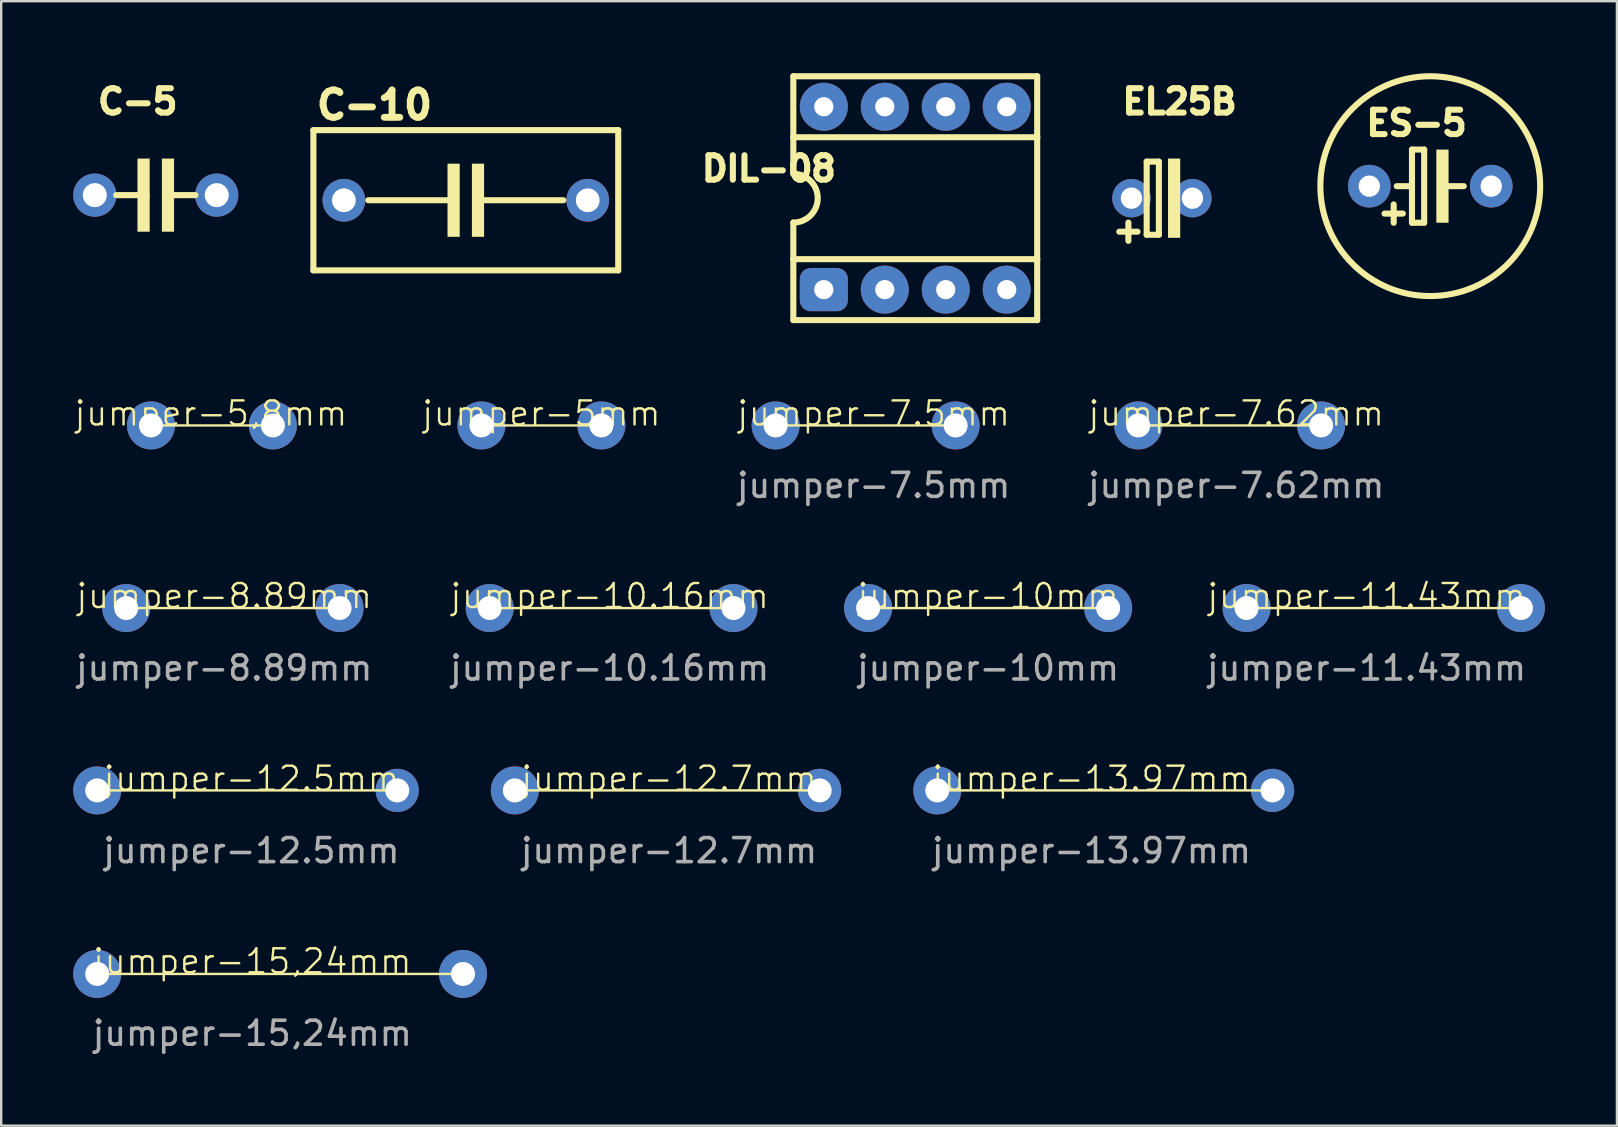
<source format=kicad_pcb>
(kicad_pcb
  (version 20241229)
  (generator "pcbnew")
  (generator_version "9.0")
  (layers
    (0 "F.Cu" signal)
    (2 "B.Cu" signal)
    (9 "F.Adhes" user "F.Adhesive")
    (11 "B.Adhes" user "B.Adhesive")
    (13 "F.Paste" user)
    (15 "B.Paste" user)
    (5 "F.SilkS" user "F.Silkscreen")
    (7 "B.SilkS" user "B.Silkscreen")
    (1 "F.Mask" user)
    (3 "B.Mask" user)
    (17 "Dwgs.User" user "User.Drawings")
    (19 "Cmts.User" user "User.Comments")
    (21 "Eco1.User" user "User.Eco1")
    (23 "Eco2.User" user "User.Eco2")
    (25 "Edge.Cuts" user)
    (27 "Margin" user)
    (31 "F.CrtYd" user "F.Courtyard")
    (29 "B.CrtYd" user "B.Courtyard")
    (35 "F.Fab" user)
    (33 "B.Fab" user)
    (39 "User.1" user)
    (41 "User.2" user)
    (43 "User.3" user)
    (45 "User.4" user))
  (footprint "C-10"
    (layer "F.Cu")
    (at 16.357 5.293)
    (property "Reference" "C-10" (at -6.35 -3.302 0) (layer "F.SilkS") (effects (font (size 1.138 1.138) (thickness 0.284)) (justify left bottom)))
    (fp_line (start -6.35 -2.921) (end -6.35 2.921) (stroke (width 0.254) (type solid)) (layer "F.SilkS"))
    (fp_line (start -6.35 2.921) (end 6.35 2.921) (stroke (width 0.254) (type solid)) (layer "F.SilkS"))
    (fp_line (start -0.508 0) (end -4.064 0) (stroke (width 0.254) (type solid)) (layer "F.SilkS"))
    (fp_line (start 0.635 0) (end 4.064 0) (stroke (width 0.254) (type solid)) (layer "F.SilkS"))
    (fp_line (start 6.35 -2.921) (end -6.35 -2.921) (stroke (width 0.254) (type solid)) (layer "F.SilkS"))
    (fp_line (start 6.35 2.921) (end 6.35 -2.921) (stroke (width 0.254) (type solid)) (layer "F.SilkS"))
    (fp_poly (pts (xy -0.762 1.524) (xy -0.254 1.524) (xy -0.254 -1.524) (xy -0.762 -1.524)) (stroke (width 0) (type default)) (fill yes) (layer "F.SilkS"))
    (fp_poly (pts (xy 0.254 1.524) (xy 0.762 1.524) (xy 0.762 -1.524) (xy 0.254 -1.524)) (stroke (width 0) (type default)) (fill yes) (layer "F.SilkS"))
    (pad "1" thru_hole circle (at -5.08 0) (size 1.778 1.778) (drill 0.991) (layers "*.Cu" "*.Mask"))
    (pad "2" thru_hole circle (at 5.08 0) (size 1.778 1.778) (drill 0.991) (layers "*.Cu" "*.Mask")))
  (footprint "jumper-7.62mm"
    (layer "F.Cu")
    (at 44.372 14.675)
    (property "Reference" "jumper-7.62mm" (at 4.084 -0.5 0) (unlocked yes) (layer "F.SilkS") (effects (font (size 1 1) (thickness 0.1))))
    (attr smd)
    (fp_line (start 0 0) (end 7.5 0) (stroke (width 0.1) (type default)) (layer "F.SilkS"))
    (fp_text user "${REFERENCE}" (at 4.084 2.5 0) (unlocked yes) (layer "F.Fab") (effects (font (size 1 1) (thickness 0.15))))
    (pad "1" thru_hole circle (at 0 0) (size 2 2) (drill 1) (layers "*.Cu" "*.Mask"))
    (pad "1" thru_hole circle (at 7.62 0) (size 2 2) (drill 1) (layers "*.Cu" "*.Mask")))
  (footprint "jumper-10mm"
    (layer "F.Cu")
    (at 33.119 22.283)
    (property "Reference" "jumper-10mm" (at 5 -0.5 0) (unlocked yes) (layer "F.SilkS") (effects (font (size 1 1) (thickness 0.1))))
    (attr smd)
    (fp_line (start 0 0) (end 10 0) (stroke (width 0.1) (type default)) (layer "F.SilkS"))
    (fp_text user "${REFERENCE}" (at 5 2.5 0) (unlocked yes) (layer "F.Fab") (effects (font (size 1 1) (thickness 0.15))))
    (pad "1" thru_hole circle (at 0 0) (size 2 2) (drill 1) (layers "*.Cu" "*.Mask"))
    (pad "1" thru_hole circle (at 10 0) (size 2 2) (drill 1) (layers "*.Cu" "*.Mask")))
  (footprint "jumper-5,8mm"
    (layer "F.Cu")
    (at 3.24 14.675)
    (property "Reference" "jumper-5,8mm" (at 2.5 -0.5 0) (unlocked yes) (layer "F.SilkS") (effects (font (size 1 1) (thickness 0.1))))
    (attr smd)
    (fp_line (start 0 0) (end 5.08 0) (stroke (width 0.1) (type default)) (layer "F.SilkS"))
    (pad "1" thru_hole circle (at 0 0) (size 2 2) (drill 1) (layers "*.Cu" "*.Mask"))
    (pad "1" thru_hole circle (at 5.08 0) (size 2 2) (drill 1) (layers "*.Cu" "*.Mask")))
  (footprint "jumper-15,24mm"
    (layer "F.Cu")
    (at 1 37.528)
    (property "Reference" "jumper-15,24mm" (at 6.463 -0.527 0) (unlocked yes) (layer "F.SilkS") (effects (font (size 1 1) (thickness 0.1))))
    (attr smd)
    (fp_line (start 0 0) (end 15 0) (stroke (width 0.1) (type default)) (layer "F.SilkS"))
    (fp_text user "${REFERENCE}" (at 6.463 2.473 0) (unlocked yes) (layer "F.Fab") (effects (font (size 1 1) (thickness 0.15))))
    (pad "1" thru_hole circle (at 0 0) (size 2 2) (drill 1) (layers "*.Cu" "*.Mask"))
    (pad "1" thru_hole circle (at 15.24 0) (size 2 2) (drill 1) (layers "*.Cu" "*.Mask")))
  (footprint "jumper-8.89mm"
    (layer "F.Cu")
    (at 2.208 22.283)
    (property "Reference" "jumper-8.89mm" (at 4.084 -0.5 0) (unlocked yes) (layer "F.SilkS") (effects (font (size 1 1) (thickness 0.1))))
    (attr smd)
    (fp_line (start 0 0) (end 8.89 0) (stroke (width 0.1) (type default)) (layer "F.SilkS"))
    (fp_text user "${REFERENCE}" (at 4.084 2.5 0) (unlocked yes) (layer "F.Fab") (effects (font (size 1 1) (thickness 0.15))))
    (pad "1" thru_hole circle (at 0 0) (size 2 2) (drill 1) (layers "*.Cu" "*.Mask"))
    (pad "1" thru_hole circle (at 8.89 0) (size 2 2) (drill 1) (layers "*.Cu" "*.Mask")))
  (footprint "jumper-5mm"
    (layer "F.Cu")
    (at 17.007 14.675)
    (property "Reference" "jumper-5mm" (at 2.5 -0.5 0) (unlocked yes) (layer "F.SilkS") (effects (font (size 1 1) (thickness 0.1))))
    (attr smd)
    (fp_line (start 0 0) (end 5 0) (stroke (width 0.1) (type default)) (layer "F.SilkS"))
    (pad "1" thru_hole circle (at 0 0) (size 2 2) (drill 1) (layers "*.Cu" "*.Mask"))
    (pad "1" thru_hole circle (at 5 0) (size 2 2) (drill 1) (layers "*.Cu" "*.Mask")))
  (footprint "jumper-12.5mm"
    (layer "F.Cu")
    (at 1 29.881)
    (property "Reference" "jumper-12.5mm" (at 6.425 -0.489 0) (unlocked yes) (layer "F.SilkS") (effects (font (size 1 1) (thickness 0.1))))
    (attr through_hole)
    (fp_line (start 0 0) (end 12.5 0) (stroke (width 0.1) (type default)) (layer "F.SilkS"))
    (fp_text user "${REFERENCE}" (at 6.425 2.511 0) (unlocked yes) (layer "F.Fab") (effects (font (size 1 1) (thickness 0.15))))
    (pad "1" thru_hole circle (at 0 0) (size 2 2) (drill 1) (layers "*.Cu" "*.Mask"))
    (pad "1" thru_hole circle (at 12.5 0) (size 1.8 1.8) (drill 1) (layers "*.Cu" "*.Mask")))
  (footprint "jumper-10.16mm"
    (layer "F.Cu")
    (at 17.351 22.283)
    (property "Reference" "jumper-10.16mm" (at 5 -0.5 0) (unlocked yes) (layer "F.SilkS") (effects (font (size 1 1) (thickness 0.1))))
    (attr smd)
    (fp_line (start 0 0) (end 10 0) (stroke (width 0.1) (type default)) (layer "F.SilkS"))
    (fp_text user "${REFERENCE}" (at 5 2.5 0) (unlocked yes) (layer "F.Fab") (effects (font (size 1 1) (thickness 0.15))))
    (pad "1" thru_hole circle (at 0 0) (size 2 2) (drill 1) (layers "*.Cu" "*.Mask"))
    (pad "1" thru_hole circle (at 10.16 0) (size 2 2) (drill 1) (layers "*.Cu" "*.Mask")))
  (footprint "DIL-08"
    (layer "F.Cu")
    (at 35.083 5.207)
    (property "Reference" "DIL-08" (at -3.175 -0.635 180) (layer "F.SilkS") (effects (font (size 1.016 1.016) (thickness 0.254)) (justify right bottom)))
    (fp_line (start -5.08 -5.08) (end -5.08 -2.54) (stroke (width 0.254) (type solid)) (layer "F.SilkS"))
    (fp_line (start -5.08 -2.54) (end -5.08 -1.016) (stroke (width 0.254) (type solid)) (layer "F.SilkS"))
    (fp_line (start -5.08 -2.54) (end 5.08 -2.54) (stroke (width 0.254) (type solid)) (layer "F.SilkS"))
    (fp_line (start -5.08 2.54) (end -5.08 1.016) (stroke (width 0.254) (type solid)) (layer "F.SilkS"))
    (fp_line (start -5.08 2.54) (end 5.08 2.54) (stroke (width 0.254) (type solid)) (layer "F.SilkS"))
    (fp_line (start -5.08 5.08) (end -5.08 2.54) (stroke (width 0.254) (type solid)) (layer "F.SilkS"))
    (fp_line (start -5.08 5.08) (end 5.08 5.08) (stroke (width 0.254) (type solid)) (layer "F.SilkS"))
    (fp_line (start 5.08 -5.08) (end -5.08 -5.08) (stroke (width 0.254) (type solid)) (layer "F.SilkS"))
    (fp_line (start 5.08 -5.08) (end 5.08 -2.54) (stroke (width 0.254) (type solid)) (layer "F.SilkS"))
    (fp_line (start 5.08 -2.54) (end 5.08 2.54) (stroke (width 0.254) (type solid)) (layer "F.SilkS"))
    (fp_line (start 5.08 2.54) (end 5.08 5.08) (stroke (width 0.254) (type solid)) (layer "F.SilkS"))
    (fp_arc (start -5.08 -1.016) (mid -4.064 0) (end -5.08 1.016) (stroke (width 0.254) (type solid)) (layer "F.SilkS"))
    (pad "1" thru_hole roundrect (at -3.81 3.81) (size 2 1.8) (drill 0.8) (layers "*.Cu" "*.Mask") (roundrect_rratio 0.25))
    (pad "2" thru_hole circle (at -1.27 3.81) (size 2 2) (drill 0.8) (layers "*.Cu" "*.Mask"))
    (pad "3" thru_hole circle (at 1.27 3.81) (size 2 2) (drill 0.8) (layers "*.Cu" "*.Mask"))
    (pad "4" thru_hole circle (at 3.81 3.81) (size 2 2) (drill 0.8) (layers "*.Cu" "*.Mask"))
    (pad "5" thru_hole circle (at 3.81 -3.81) (size 2 2) (drill 0.8) (layers "*.Cu" "*.Mask"))
    (pad "6" thru_hole circle (at 1.27 -3.81) (size 2 2) (drill 0.8) (layers "*.Cu" "*.Mask"))
    (pad "7" thru_hole circle (at -1.27 -3.81) (size 2 2) (drill 0.8) (layers "*.Cu" "*.Mask"))
    (pad "8" thru_hole circle (at -3.81 -3.81) (size 2 2) (drill 0.8) (layers "*.Cu" "*.Mask")))
  (footprint "ES-5"
    (layer "F.Cu")
    (at 56.54 4.706)
    (property "Reference" "ES-5" (at -2.794 -2.032 0) (layer "F.SilkS") (effects (font (size 1.016 1.016) (thickness 0.254)) (justify left bottom)))
    (fp_line (start -1.905 1.143) (end -1.143 1.143) (stroke (width 0.254) (type solid)) (layer "F.SilkS"))
    (fp_line (start -1.524 0.762) (end -1.524 1.524) (stroke (width 0.254) (type solid)) (layer "F.SilkS"))
    (fp_line (start -0.762 -1.524) (end -0.762 0) (stroke (width 0.254) (type solid)) (layer "F.SilkS"))
    (fp_line (start -0.762 0) (end -1.397 0) (stroke (width 0.254) (type solid)) (layer "F.SilkS"))
    (fp_line (start -0.762 0) (end -0.762 1.524) (stroke (width 0.254) (type solid)) (layer "F.SilkS"))
    (fp_line (start -0.762 1.524) (end -0.254 1.524) (stroke (width 0.254) (type solid)) (layer "F.SilkS"))
    (fp_line (start -0.254 -1.524) (end -0.762 -1.524) (stroke (width 0.254) (type solid)) (layer "F.SilkS"))
    (fp_line (start -0.254 1.524) (end -0.254 -1.524) (stroke (width 0.254) (type solid)) (layer "F.SilkS"))
    (fp_line (start 0.635 0) (end 1.397 0) (stroke (width 0.254) (type solid)) (layer "F.SilkS"))
    (fp_circle (center 0 0) (end 4.579 0) (stroke (width 0.254) (type solid)) (fill no) (layer "F.SilkS"))
    (fp_poly (pts (xy 0.254 1.524) (xy 0.762 1.524) (xy 0.762 -1.524) (xy 0.254 -1.524)) (stroke (width 0) (type default)) (fill yes) (layer "F.SilkS"))
    (pad "1" thru_hole circle (at -2.54 0) (size 1.778 1.778) (drill 0.889) (layers "*.Cu" "*.Mask"))
    (pad "2" thru_hole circle (at 2.54 0) (size 1.778 1.778) (drill 0.889) (layers "*.Cu" "*.Mask")))
  (footprint "jumper-7.5mm"
    (layer "F.Cu")
    (at 29.265 14.675)
    (property "Reference" "jumper-7.5mm" (at 4.084 -0.5 0) (unlocked yes) (layer "F.SilkS") (effects (font (size 1 1) (thickness 0.1))))
    (attr smd)
    (fp_line (start 0 0) (end 7.5 0) (stroke (width 0.1) (type default)) (layer "F.SilkS"))
    (fp_text user "${REFERENCE}" (at 4.084 2.5 0) (unlocked yes) (layer "F.Fab") (effects (font (size 1 1) (thickness 0.15))))
    (pad "1" thru_hole circle (at 0 0) (size 2 2) (drill 1) (layers "*.Cu" "*.Mask"))
    (pad "1" thru_hole circle (at 7.5 0) (size 2 2) (drill 1) (layers "*.Cu" "*.Mask")))
  (footprint "jumper-13.97mm"
    (layer "F.Cu")
    (at 36 29.881)
    (property "Reference" "jumper-13.97mm" (at 6.425 -0.489 0) (unlocked yes) (layer "F.SilkS") (effects (font (size 1 1) (thickness 0.1))))
    (attr through_hole)
    (fp_line (start 0 0) (end 13.97 0) (stroke (width 0.1) (type default)) (layer "F.SilkS"))
    (fp_text user "${REFERENCE}" (at 6.425 2.511 0) (unlocked yes) (layer "F.Fab") (effects (font (size 1 1) (thickness 0.15))))
    (pad "1" thru_hole circle (at 0 0) (size 2 2) (drill 1) (layers "*.Cu" "*.Mask"))
    (pad "1" thru_hole circle (at 13.97 0) (size 1.8 1.8) (drill 1) (layers "*.Cu" "*.Mask")))
  (footprint "C-5"
    (layer "F.Cu")
    (at 3.44 5.08)
    (property "Reference" "C-5" (at -2.54 -3.302 0) (layer "F.SilkS") (effects (font (size 1.016 1.016) (thickness 0.254)) (justify left bottom)))
    (fp_line (start -0.381 0) (end -1.651 0) (stroke (width 0.254) (type solid)) (layer "F.SilkS"))
    (fp_line (start 0.508 0) (end 1.651 0) (stroke (width 0.254) (type solid)) (layer "F.SilkS"))
    (fp_poly (pts (xy -0.762 1.524) (xy -0.254 1.524) (xy -0.254 -1.524) (xy -0.762 -1.524)) (stroke (width 0) (type default)) (fill yes) (layer "F.SilkS"))
    (fp_poly (pts (xy 0.254 1.524) (xy 0.762 1.524) (xy 0.762 -1.524) (xy 0.254 -1.524)) (stroke (width 0) (type default)) (fill yes) (layer "F.SilkS"))
    (pad "1" thru_hole circle (at -2.54 0) (size 1.8 1.8) (drill 1) (layers "*.Cu" "*.Mask"))
    (pad "2" thru_hole circle (at 2.54 0) (size 1.8 1.8) (drill 1) (layers "*.Cu" "*.Mask")))
  (footprint "EL25B"
    (layer "F.Cu")
    (at 45.36 5.207)
    (property "Reference" "EL25B" (at -1.778 -3.429 0) (layer "F.SilkS") (effects (font (size 1.016 1.016) (thickness 0.254)) (justify left bottom)))
    (fp_line (start -1.778 1.397) (end -1.016 1.397) (stroke (width 0.254) (type solid)) (layer "F.SilkS"))
    (fp_line (start -1.397 1.016) (end -1.397 1.778) (stroke (width 0.254) (type solid)) (layer "F.SilkS"))
    (fp_line (start -0.635 -1.524) (end -0.635 1.524) (stroke (width 0.254) (type solid)) (layer "F.SilkS"))
    (fp_line (start -0.635 1.524) (end -0.127 1.524) (stroke (width 0.254) (type solid)) (layer "F.SilkS"))
    (fp_line (start -0.127 -1.524) (end -0.635 -1.524) (stroke (width 0.254) (type solid)) (layer "F.SilkS"))
    (fp_line (start -0.127 1.524) (end -0.127 -1.524) (stroke (width 0.254) (type solid)) (layer "F.SilkS"))
    (fp_poly (pts (xy 0.254 1.651) (xy 0.762 1.651) (xy 0.762 -1.651) (xy 0.254 -1.651)) (stroke (width 0) (type default)) (fill yes) (layer "F.SilkS"))
    (pad "1" thru_hole circle (at -1.27 0) (size 1.6 1.6) (drill 0.889) (layers "*.Cu" "*.Mask"))
    (pad "2" thru_hole circle (at 1.27 0) (size 1.6 1.6) (drill 0.889) (layers "*.Cu" "*.Mask")))
  (footprint "jumper-11.43mm"
    (layer "F.Cu")
    (at 48.887 22.283)
    (property "Reference" "jumper-11.43mm" (at 5 -0.5 0) (unlocked yes) (layer "F.SilkS") (effects (font (size 1 1) (thickness 0.1))))
    (attr smd)
    (fp_line (start 0 0) (end 11.43 0) (stroke (width 0.1) (type default)) (layer "F.SilkS"))
    (fp_text user "${REFERENCE}" (at 5 2.5 0) (unlocked yes) (layer "F.Fab") (effects (font (size 1 1) (thickness 0.15))))
    (pad "1" thru_hole circle (at 0 0) (size 2 2) (drill 1) (layers "*.Cu" "*.Mask"))
    (pad "1" thru_hole circle (at 11.43 0) (size 2 2) (drill 1) (layers "*.Cu" "*.Mask")))
  (footprint "jumper-12.7mm"
    (layer "F.Cu")
    (at 18.4 29.881)
    (property "Reference" "jumper-12.7mm" (at 6.425 -0.489 0) (unlocked yes) (layer "F.SilkS") (effects (font (size 1 1) (thickness 0.1))))
    (attr through_hole)
    (fp_line (start 0 0) (end 12.5 0) (stroke (width 0.1) (type default)) (layer "F.SilkS"))
    (fp_text user "${REFERENCE}" (at 6.425 2.511 0) (unlocked yes) (layer "F.Fab") (effects (font (size 1 1) (thickness 0.15))))
    (pad "1" thru_hole circle (at 0 0) (size 2 2) (drill 1) (layers "*.Cu" "*.Mask"))
    (pad "1" thru_hole circle (at 12.7 0) (size 1.8 1.8) (drill 1) (layers "*.Cu" "*.Mask")))
  (gr_rect
    (start -3 -3)
    (end 64.317 43.849)
    (stroke (width 0.1) (type default))
    (fill no)
    (layer "Edge.Cuts")))
</source>
